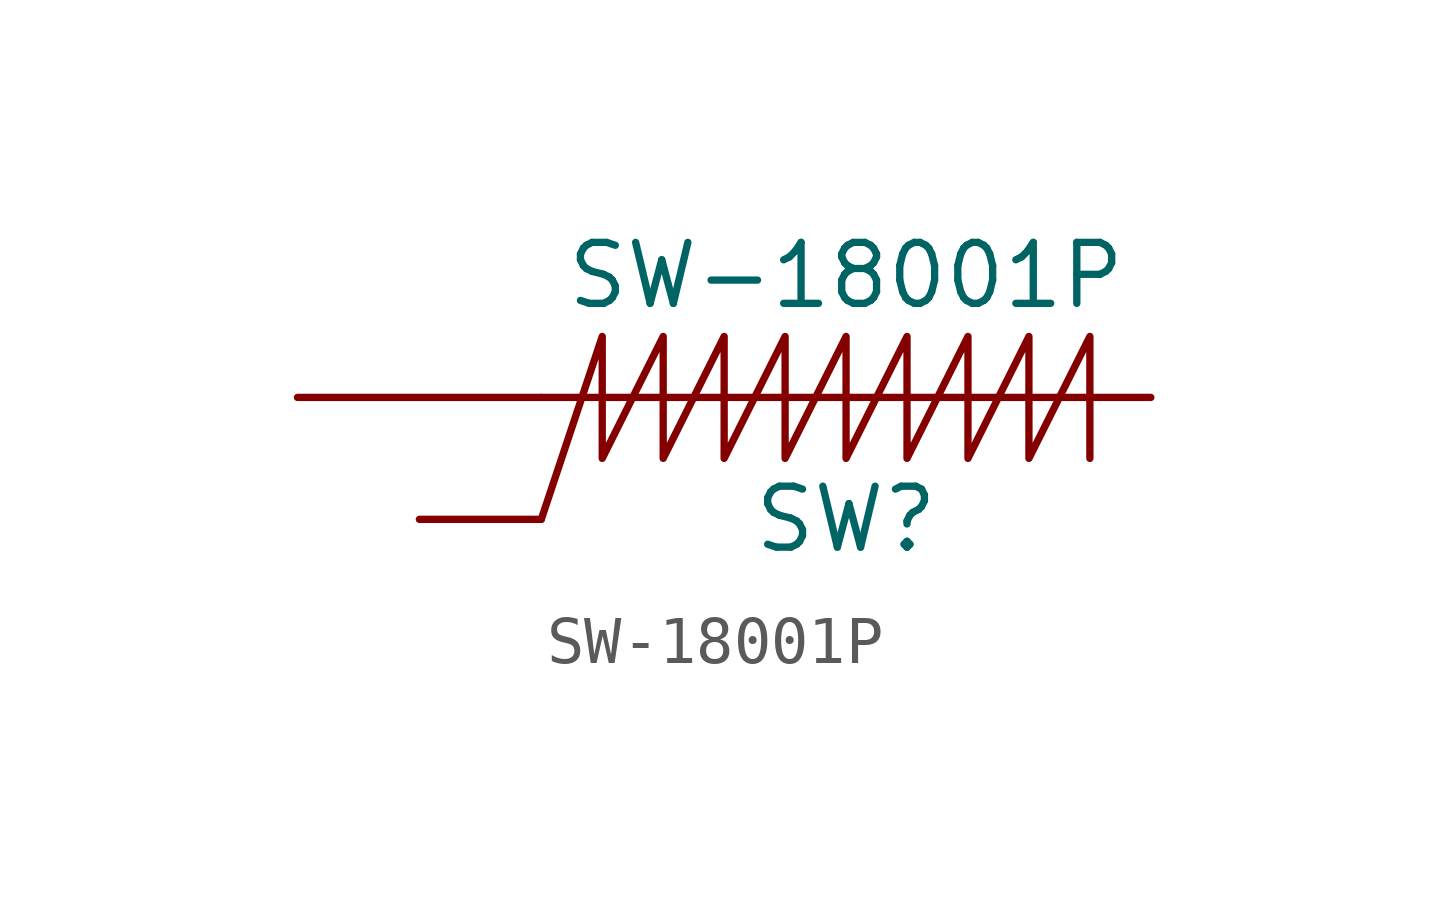
<source format=kicad_sym>
(kicad_symbol_lib
  (version 20211014)
  (generator kicad_symbol_editor)
  (symbol "SW-18001P"
    (pin_numbers hide)
    (property "Reference" "SW"
      (at 6.35 -2.54 0)
      (effects (font (size 1.27 1.27))))
    (property "Value" "SW-18001P"
      (at 6.35 2.54 0)
      (effects (font (size 1.27 1.27))))
    (symbol "SW-18001P_0_1"
      (polyline (pts (xy 0 0) (xy 12.7 0)) (stroke (width 0) (type default) (color 0 0 0 0)) (fill (type none)))
      (polyline (pts (xy 0 -2.54) (xy 1.27 1.27) (xy 1.27 -1.27) (xy 2.54 1.27) (xy 2.54 -1.27) (xy 3.81 1.27) (xy 3.81 -1.27) (xy 5.08 1.27) (xy 5.08 -1.27) (xy 6.35 1.27) (xy 6.35 -1.27) (xy 7.62 1.27) (xy 7.62 -1.27) (xy 8.89 1.27) (xy 8.89 -1.27) (xy 10.16 1.27) (xy 10.16 -1.27) (xy 11.43 1.27) (xy 11.43 -1.27)) (stroke (width 0) (type default) (color 0 0 0 0)) (fill (type none))))
    (symbol "SW-18001P_1_1"
      (pin passive line (at -5.08 0 0) (length 5.08) (name "" (effects (font (size 1.27 1.27)))) (number "1" (effects (font (size 1.27 1.27)))))
      (pin passive line (at -2.54 -2.54 0) (length 2.54) (name "" (effects (font (size 1.27 1.27)))) (number "2" (effects (font (size 1.27 1.27))))))))
</source>
